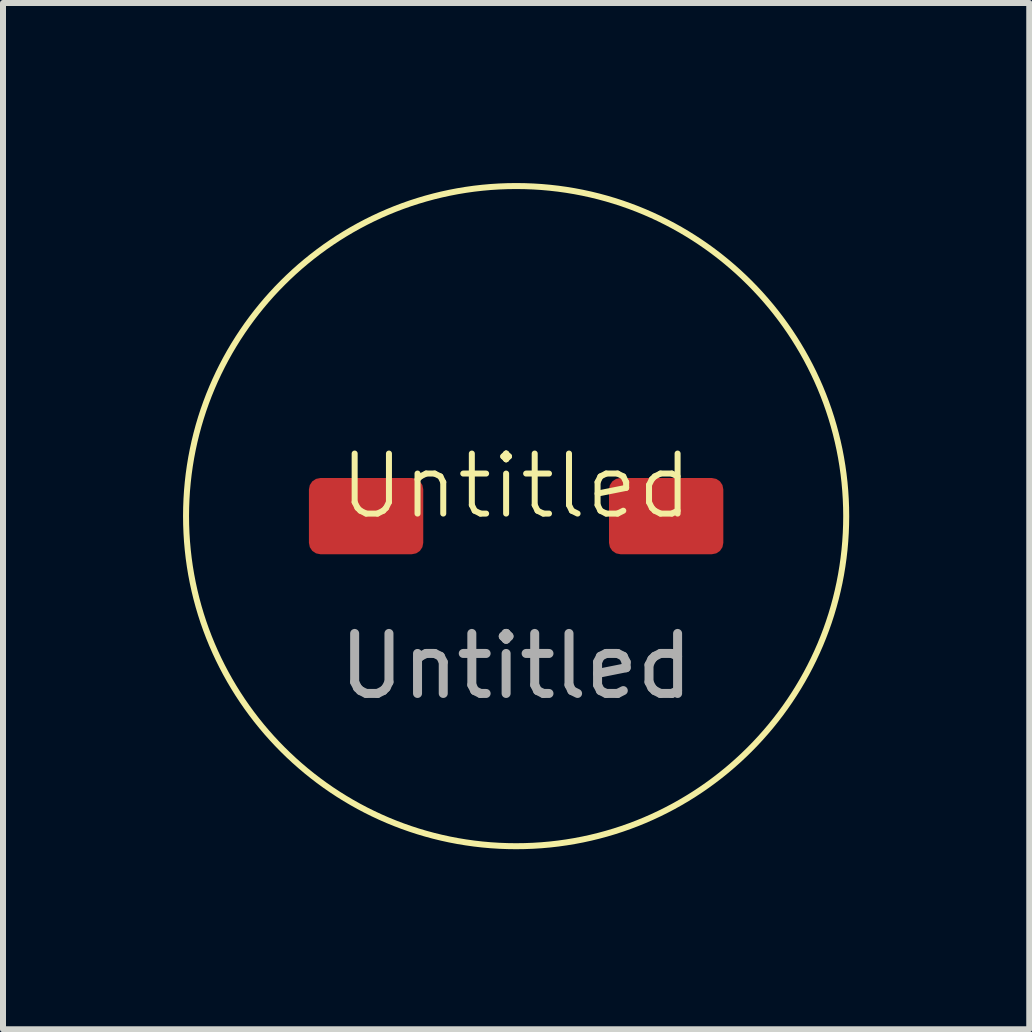
<source format=kicad_pcb>
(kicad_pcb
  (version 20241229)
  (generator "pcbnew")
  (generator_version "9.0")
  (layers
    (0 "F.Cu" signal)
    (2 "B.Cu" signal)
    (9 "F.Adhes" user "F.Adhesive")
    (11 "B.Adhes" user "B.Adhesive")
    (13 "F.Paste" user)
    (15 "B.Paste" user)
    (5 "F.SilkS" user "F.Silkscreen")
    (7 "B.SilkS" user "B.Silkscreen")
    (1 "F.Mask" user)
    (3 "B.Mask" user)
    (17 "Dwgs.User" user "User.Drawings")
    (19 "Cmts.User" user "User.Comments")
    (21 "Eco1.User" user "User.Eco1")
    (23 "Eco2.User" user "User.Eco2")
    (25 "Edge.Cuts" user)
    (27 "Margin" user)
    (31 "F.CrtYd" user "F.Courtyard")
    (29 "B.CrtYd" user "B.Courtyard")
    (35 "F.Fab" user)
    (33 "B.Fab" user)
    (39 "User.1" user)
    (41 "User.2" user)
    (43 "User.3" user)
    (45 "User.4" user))
  (footprint "Untitled"
    (layer "F.Cu")
    (at 5.55 5.55)
    (property "Reference" "Untitled" (at 0 -0.5 0) (unlocked yes) (layer "F.SilkS") (effects (font (size 1 1) (thickness 0.1))))
    (attr smd)
    (fp_circle (center 0 0) (end 5.5 0) (stroke (width 0.1) (type solid)) (fill no) (layer "F.SilkS"))
    (fp_text user "${REFERENCE}" (at 0 2.5 0) (unlocked yes) (layer "F.Fab") (effects (font (size 1 1) (thickness 0.15))))
    (pad "1" smd roundrect (at 2.5 0) (size 1.905 1.27) (layers "F.Cu" "F.Mask" "F.Paste") (roundrect_rratio 0.15))
    (pad "2" smd roundrect (at -2.5 0) (size 1.905 1.27) (layers "F.Cu" "F.Mask" "F.Paste") (roundrect_rratio 0.15)))
  (gr_rect
    (start -3 -3)
    (end 14.1 14.1)
    (stroke (width 0.1) (type default))
    (fill no)
    (layer "Edge.Cuts")))
</source>
